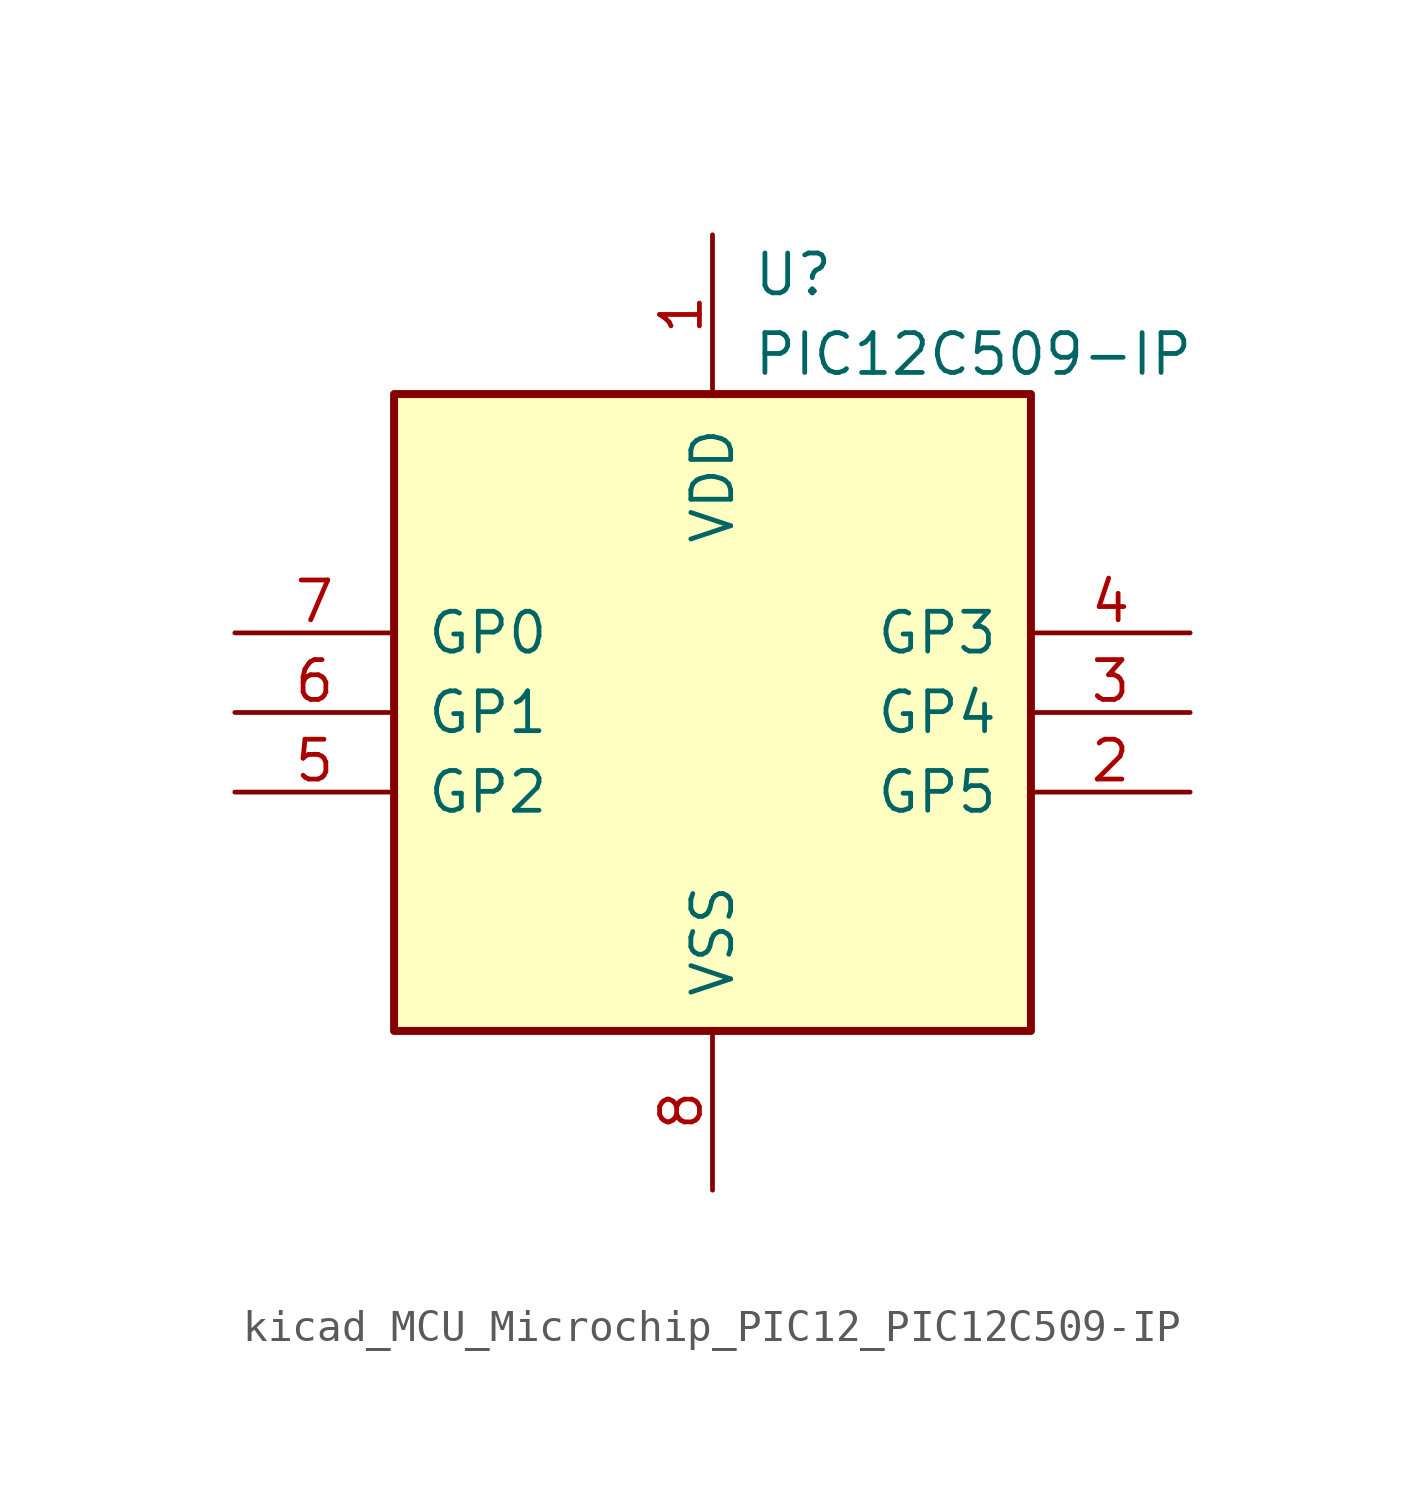
<source format=kicad_sym>
(kicad_symbol_lib
  (version 20220914)
  (generator kicad_symbol_editor)
  (symbol "kicad_MCU_Microchip_PIC12_PIC12C509-IP"
    (pin_names
      (offset 1.016))
    (property "Reference" "U"
      (at 1.27 13.97 0)
      (effects (font (size 1.27 1.27)) (justify left)))
    (property "Value" "PIC12C509-IP"
      (at 1.27 11.43 0)
      (effects (font (size 1.27 1.27)) (justify left)))
    (symbol "kicad_MCU_Microchip_PIC12_PIC12C509-IP_0_1"
      (rectangle (start 10.16 -10.16) (end -10.16 10.16) (stroke (width 0.254) (type default)) (fill (type background))))
    (symbol "kicad_MCU_Microchip_PIC12_PIC12C509-IP_1_1"
      (pin power_in line (at 0 15.24 270) (length 5.08) (name "VDD" (effects (font (size 1.27 1.27)))) (number "1" (effects (font (size 1.27 1.27)))))
      (pin bidirectional line (at 15.24 -2.54 180) (length 5.08) (name "GP5" (effects (font (size 1.27 1.27)))) (number "2" (effects (font (size 1.27 1.27)))))
      (pin bidirectional line (at 15.24 0 180) (length 5.08) (name "GP4" (effects (font (size 1.27 1.27)))) (number "3" (effects (font (size 1.27 1.27)))))
      (pin input line (at 15.24 2.54 180) (length 5.08) (name "GP3" (effects (font (size 1.27 1.27)))) (number "4" (effects (font (size 1.27 1.27)))))
      (pin bidirectional line (at -15.24 -2.54 0) (length 5.08) (name "GP2" (effects (font (size 1.27 1.27)))) (number "5" (effects (font (size 1.27 1.27)))))
      (pin bidirectional line (at -15.24 0 0) (length 5.08) (name "GP1" (effects (font (size 1.27 1.27)))) (number "6" (effects (font (size 1.27 1.27)))))
      (pin bidirectional line (at -15.24 2.54 0) (length 5.08) (name "GP0" (effects (font (size 1.27 1.27)))) (number "7" (effects (font (size 1.27 1.27)))))
      (pin power_in line (at 0 -15.24 90) (length 5.08) (name "VSS" (effects (font (size 1.27 1.27)))) (number "8" (effects (font (size 1.27 1.27))))))))
</source>
